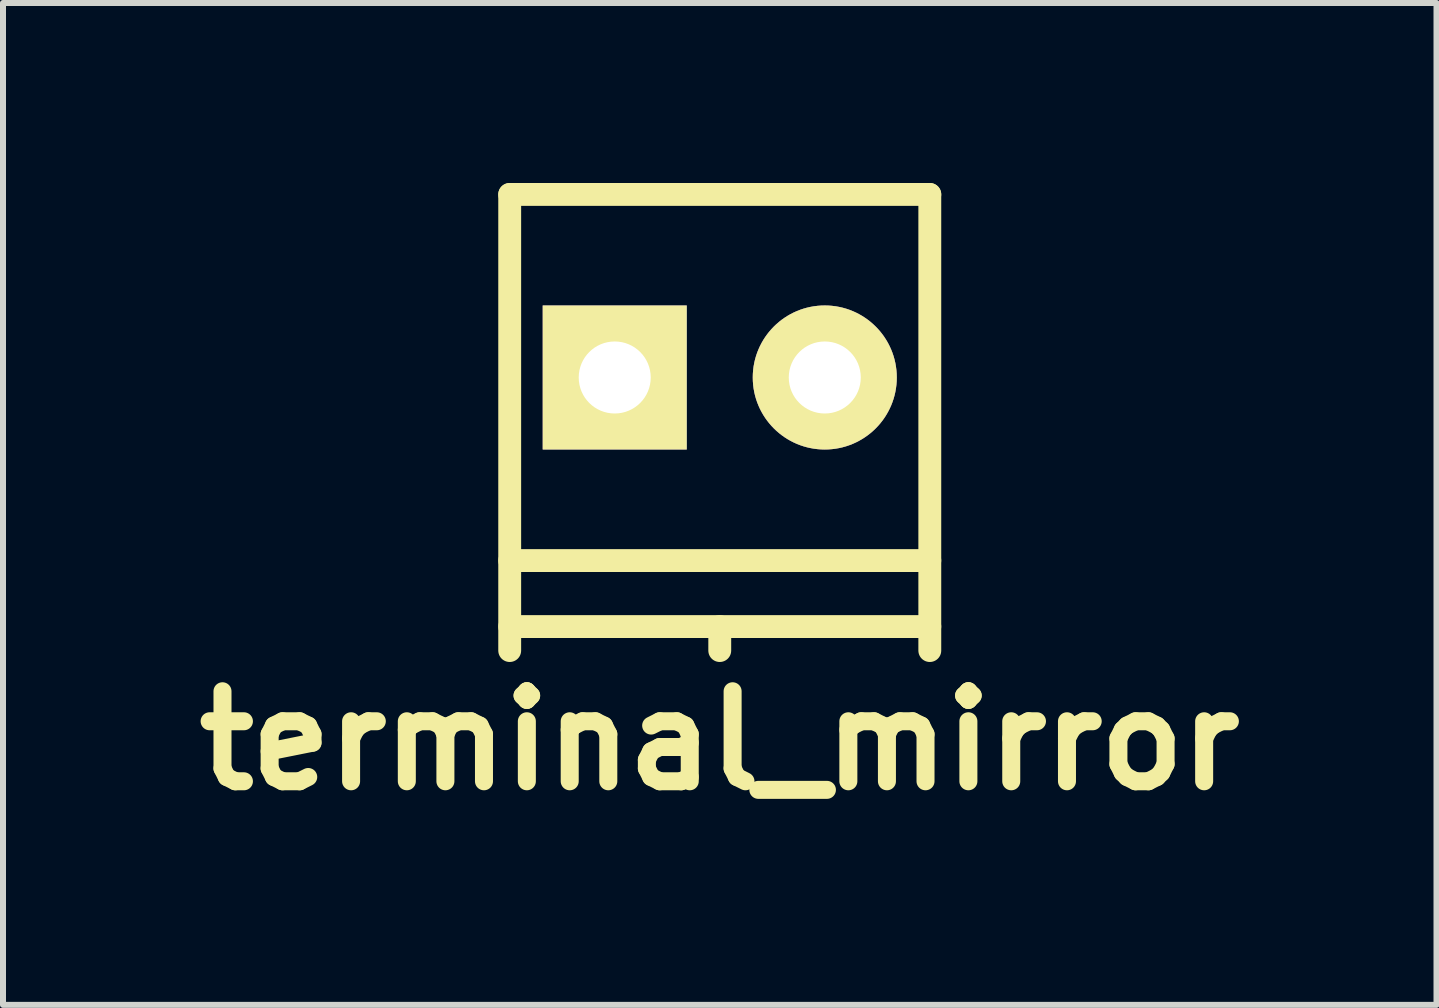
<source format=kicad_pcb>
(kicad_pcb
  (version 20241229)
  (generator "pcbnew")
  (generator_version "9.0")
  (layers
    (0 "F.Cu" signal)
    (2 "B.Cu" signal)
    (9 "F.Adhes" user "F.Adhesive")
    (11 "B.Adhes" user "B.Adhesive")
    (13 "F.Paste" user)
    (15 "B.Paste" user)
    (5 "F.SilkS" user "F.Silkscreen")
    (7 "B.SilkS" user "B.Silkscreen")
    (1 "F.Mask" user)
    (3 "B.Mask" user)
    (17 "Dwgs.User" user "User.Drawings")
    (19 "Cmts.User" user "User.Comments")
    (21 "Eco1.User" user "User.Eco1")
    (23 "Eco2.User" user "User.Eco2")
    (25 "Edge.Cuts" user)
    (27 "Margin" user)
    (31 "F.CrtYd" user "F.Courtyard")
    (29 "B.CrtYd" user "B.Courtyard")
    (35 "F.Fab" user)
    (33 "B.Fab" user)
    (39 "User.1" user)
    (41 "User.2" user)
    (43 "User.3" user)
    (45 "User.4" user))
  (footprint "terminal_mirror"
    (layer "F.Cu")
    (at 8.943 3.99)
    (property "Reference" "terminal_mirror" (at 0 5.3 0) (layer "F.SilkS") (effects (font (size 1.5 1.5) (thickness 0.3))))
    (attr through_hole)
    (fp_line (start -3.5 -3.8) (end -3.5 3.8) (stroke (width 0.381) (type solid)) (layer "F.SilkS"))
    (fp_line (start -3.5 2.3) (end 3.5 2.3) (stroke (width 0.381) (type solid)) (layer "F.SilkS"))
    (fp_line (start -3.5 3.4) (end 3.5 3.4) (stroke (width 0.381) (type solid)) (layer "F.SilkS"))
    (fp_line (start 0 3.4) (end 0 3.8) (stroke (width 0.381) (type solid)) (layer "F.SilkS"))
    (fp_line (start 3.5 -3.8) (end -3.5 -3.8) (stroke (width 0.381) (type solid)) (layer "F.SilkS"))
    (fp_line (start 3.5 3.8) (end 3.5 -3.8) (stroke (width 0.381) (type solid)) (layer "F.SilkS"))
    (pad "1" thru_hole rect (at -1.75 -0.75) (size 2.4 2.4) (drill 1.2) (layers "*.Cu" "*.Mask" "F.SilkS"))
    (pad "2" thru_hole circle (at 1.75 -0.75) (size 2.4 2.4) (drill 1.2) (layers "*.Cu" "*.Mask" "F.SilkS")))
  (gr_rect
    (start -3 -3)
    (end 20.886 13.694)
    (stroke (width 0.1) (type default))
    (fill no)
    (layer "Edge.Cuts")))
</source>
